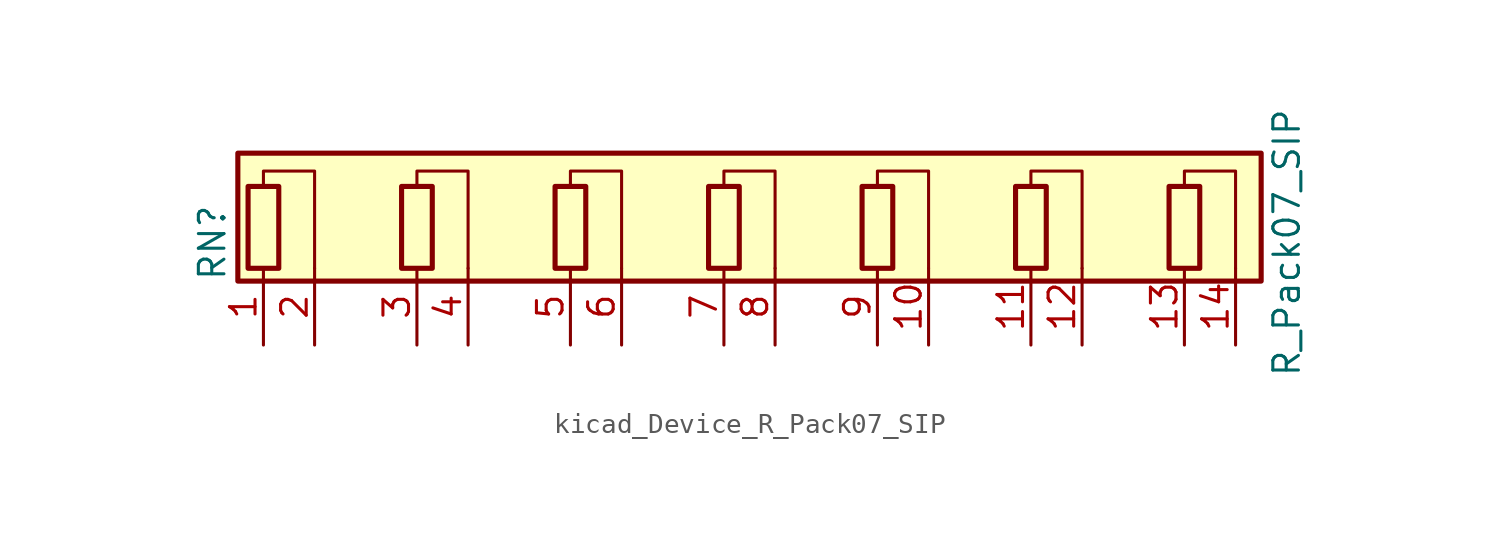
<source format=kicad_sym>
(kicad_symbol_lib
  (version 20220914)
  (generator kicad_symbol_editor)
  (symbol "kicad_Device_R_Pack07_SIP"
    (pin_names
      (offset 0) hide)
    (property "Reference" "RN"
      (at -25.4 0 90)
      (effects (font (size 1.27 1.27))))
    (property "Value" "R_Pack07_SIP"
      (at 27.94 0 90)
      (effects (font (size 1.27 1.27))))
    (symbol "kicad_Device_R_Pack07_SIP_0_1"
      (rectangle (start -24.13 -1.905) (end 26.67 4.445) (stroke (width 0.254) (type default)) (fill (type background)))
      (rectangle (start -23.622 2.794) (end -22.098 -1.27) (stroke (width 0.254) (type default)) (fill (type none)))
      (rectangle (start -16.002 2.794) (end -14.478 -1.27) (stroke (width 0.254) (type default)) (fill (type none)))
      (rectangle (start -8.382 2.794) (end -6.858 -1.27) (stroke (width 0.254) (type default)) (fill (type none)))
      (rectangle (start -0.762 2.794) (end 0.762 -1.27) (stroke (width 0.254) (type default)) (fill (type none)))
      (polyline (pts (xy -22.86 2.794) (xy -22.86 3.556) (xy -20.32 3.556) (xy -20.32 -1.27)) (stroke (width 0) (type default)) (fill (type none)))
      (polyline (pts (xy -15.24 2.794) (xy -15.24 3.556) (xy -12.7 3.556) (xy -12.7 -1.27)) (stroke (width 0) (type default)) (fill (type none)))
      (polyline (pts (xy -7.62 2.794) (xy -7.62 3.556) (xy -5.08 3.556) (xy -5.08 -1.27)) (stroke (width 0) (type default)) (fill (type none)))
      (polyline (pts (xy 0 2.794) (xy 0 3.556) (xy 2.54 3.556) (xy 2.54 -1.27)) (stroke (width 0) (type default)) (fill (type none)))
      (polyline (pts (xy 7.62 2.794) (xy 7.62 3.556) (xy 10.16 3.556) (xy 10.16 -1.27)) (stroke (width 0) (type default)) (fill (type none)))
      (polyline (pts (xy 15.24 2.794) (xy 15.24 3.556) (xy 17.78 3.556) (xy 17.78 -1.27)) (stroke (width 0) (type default)) (fill (type none)))
      (polyline (pts (xy 22.86 2.794) (xy 22.86 3.556) (xy 25.4 3.556) (xy 25.4 -1.27)) (stroke (width 0) (type default)) (fill (type none)))
      (rectangle (start 6.858 2.794) (end 8.382 -1.27) (stroke (width 0.254) (type default)) (fill (type none)))
      (rectangle (start 14.478 2.794) (end 16.002 -1.27) (stroke (width 0.254) (type default)) (fill (type none)))
      (rectangle (start 22.098 2.794) (end 23.622 -1.27) (stroke (width 0.254) (type default)) (fill (type none))))
    (symbol "kicad_Device_R_Pack07_SIP_1_1"
      (pin passive line (at -22.86 -5.08 90) (length 3.81) (name "R1.1" (effects (font (size 1.27 1.27)))) (number "1" (effects (font (size 1.27 1.27)))))
      (pin passive line (at 10.16 -5.08 90) (length 3.81) (name "R5.2" (effects (font (size 1.27 1.27)))) (number "10" (effects (font (size 1.27 1.27)))))
      (pin passive line (at 15.24 -5.08 90) (length 3.81) (name "R6.1" (effects (font (size 1.27 1.27)))) (number "11" (effects (font (size 1.27 1.27)))))
      (pin passive line (at 17.78 -5.08 90) (length 3.81) (name "R6.2" (effects (font (size 1.27 1.27)))) (number "12" (effects (font (size 1.27 1.27)))))
      (pin passive line (at 22.86 -5.08 90) (length 3.81) (name "R7.1" (effects (font (size 1.27 1.27)))) (number "13" (effects (font (size 1.27 1.27)))))
      (pin passive line (at 25.4 -5.08 90) (length 3.81) (name "R7.2" (effects (font (size 1.27 1.27)))) (number "14" (effects (font (size 1.27 1.27)))))
      (pin passive line (at -20.32 -5.08 90) (length 3.81) (name "R1.2" (effects (font (size 1.27 1.27)))) (number "2" (effects (font (size 1.27 1.27)))))
      (pin passive line (at -15.24 -5.08 90) (length 3.81) (name "R2.1" (effects (font (size 1.27 1.27)))) (number "3" (effects (font (size 1.27 1.27)))))
      (pin passive line (at -12.7 -5.08 90) (length 3.81) (name "R2.2" (effects (font (size 1.27 1.27)))) (number "4" (effects (font (size 1.27 1.27)))))
      (pin passive line (at -7.62 -5.08 90) (length 3.81) (name "R3.1" (effects (font (size 1.27 1.27)))) (number "5" (effects (font (size 1.27 1.27)))))
      (pin passive line (at -5.08 -5.08 90) (length 3.81) (name "R3.2" (effects (font (size 1.27 1.27)))) (number "6" (effects (font (size 1.27 1.27)))))
      (pin passive line (at 0 -5.08 90) (length 3.81) (name "R4.1" (effects (font (size 1.27 1.27)))) (number "7" (effects (font (size 1.27 1.27)))))
      (pin passive line (at 2.54 -5.08 90) (length 3.81) (name "R4.2" (effects (font (size 1.27 1.27)))) (number "8" (effects (font (size 1.27 1.27)))))
      (pin passive line (at 7.62 -5.08 90) (length 3.81) (name "R5.1" (effects (font (size 1.27 1.27)))) (number "9" (effects (font (size 1.27 1.27))))))))
</source>
